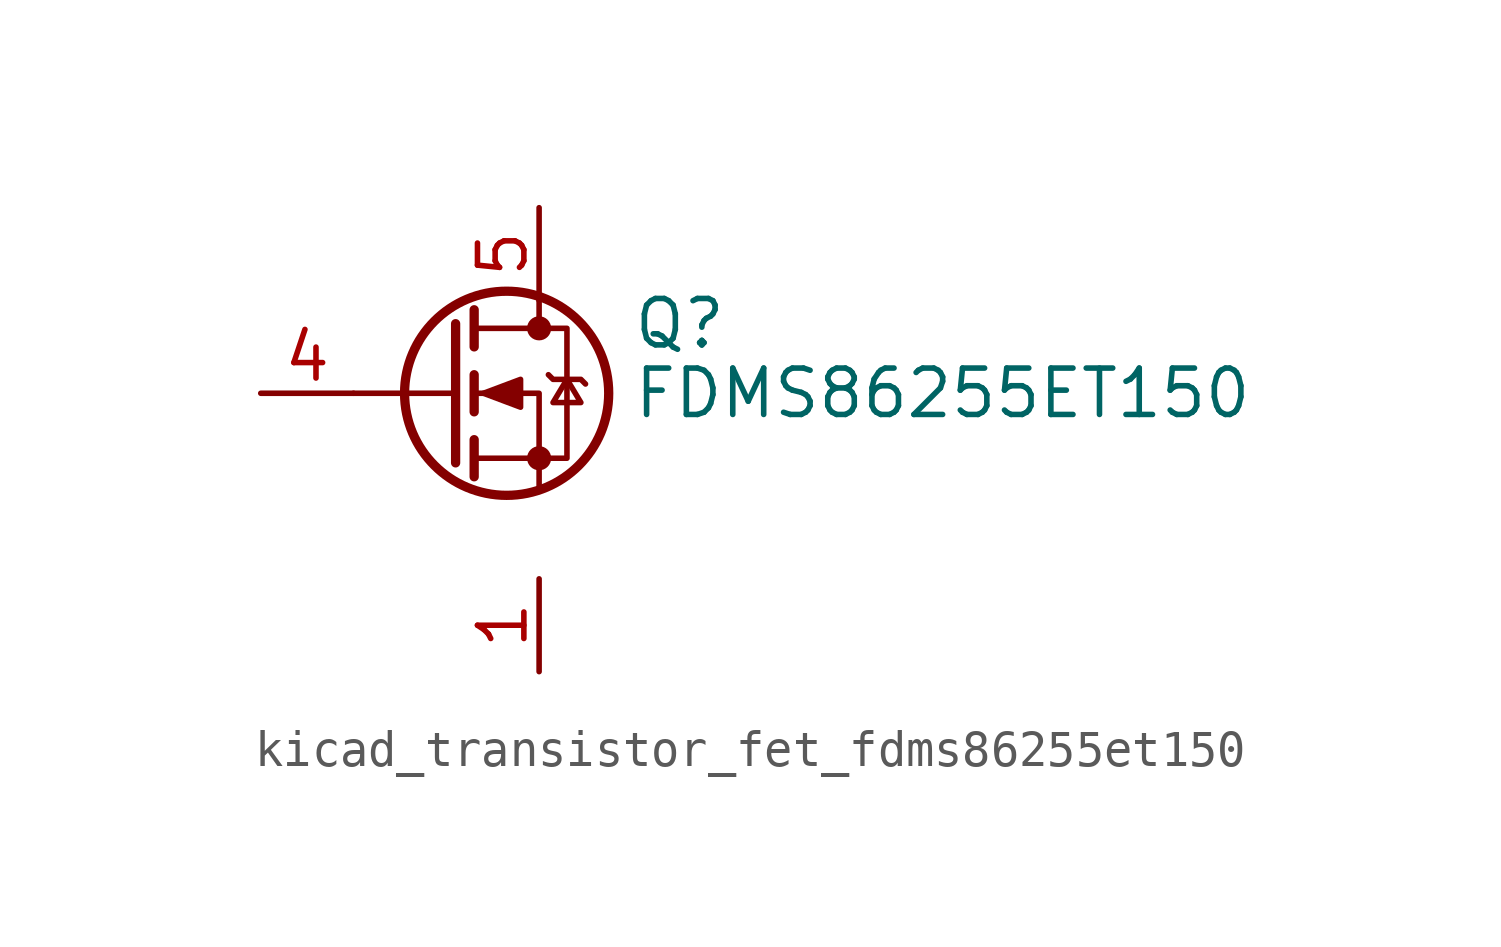
<source format=kicad_sym>
(kicad_symbol_lib
  (version 20220914)
  (generator kicad_symbol_editor)
  (symbol "kicad_transistor_fet_fdms86255et150"
    (pin_names hide)
    (property "Reference" "Q"
      (at 5.08 1.905 0)
      (effects (font (size 1.27 1.27)) (justify left)))
    (property "Value" "FDMS86255ET150"
      (at 5.08 0 0)
      (effects (font (size 1.27 1.27)) (justify left)))
    (symbol "kicad_transistor_fet_fdms86255et150_0_1"
      (polyline (pts (xy 0.254 0) (xy -2.54 0)) (stroke (width 0) (type default)) (fill (type none)))
      (polyline (pts (xy 0.254 1.905) (xy 0.254 -1.905)) (stroke (width 0.254) (type default)) (fill (type none)))
      (polyline (pts (xy 0.762 -1.27) (xy 0.762 -2.286)) (stroke (width 0.254) (type default)) (fill (type none)))
      (polyline (pts (xy 0.762 0.508) (xy 0.762 -0.508)) (stroke (width 0.254) (type default)) (fill (type none)))
      (polyline (pts (xy 0.762 2.286) (xy 0.762 1.27)) (stroke (width 0.254) (type default)) (fill (type none)))
      (polyline (pts (xy 2.54 2.54) (xy 2.54 1.778)) (stroke (width 0) (type default)) (fill (type none)))
      (polyline (pts (xy 2.54 -2.54) (xy 2.54 0) (xy 0.762 0)) (stroke (width 0) (type default)) (fill (type none)))
      (polyline (pts (xy 0.762 -1.778) (xy 3.302 -1.778) (xy 3.302 1.778) (xy 0.762 1.778)) (stroke (width 0) (type default)) (fill (type none)))
      (polyline (pts (xy 1.016 0) (xy 2.032 0.381) (xy 2.032 -0.381) (xy 1.016 0)) (stroke (width 0) (type default)) (fill (type outline)))
      (polyline (pts (xy 2.794 0.508) (xy 2.921 0.381) (xy 3.683 0.381) (xy 3.81 0.254)) (stroke (width 0) (type default)) (fill (type none)))
      (polyline (pts (xy 3.302 0.381) (xy 2.921 -0.254) (xy 3.683 -0.254) (xy 3.302 0.381)) (stroke (width 0) (type default)) (fill (type none)))
      (circle (center 1.651 0) (radius 2.794) (stroke (width 0.254) (type default)) (fill (type none)))
      (circle (center 2.54 -1.778) (radius 0.254) (stroke (width 0) (type default)) (fill (type outline)))
      (circle (center 2.54 1.778) (radius 0.254) (stroke (width 0) (type default)) (fill (type outline))))
    (symbol "kicad_transistor_fet_fdms86255et150_1_1"
      (pin passive line (at 2.54 -5.08 270) (length 2.54) (name "S" (effects (font (size 1.27 1.27)))) (number "1" (effects (font (size 1.27 1.27)))))
      (pin passive line (at 2.54 -5.08 270) (length 2.54) hide (name "S" (effects (font (size 1.27 1.27)))) (number "2" (effects (font (size 1.27 1.27)))))
      (pin passive line (at 2.54 -5.08 90) (length 2.54) hide (name "S" (effects (font (size 1.27 1.27)))) (number "3" (effects (font (size 1.27 1.27)))))
      (pin passive line (at -5.08 0 0) (length 2.54) (name "G" (effects (font (size 1.27 1.27)))) (number "4" (effects (font (size 1.27 1.27)))))
      (pin passive line (at 2.54 5.08 270) (length 2.54) (name "D" (effects (font (size 1.27 1.27)))) (number "5" (effects (font (size 1.27 1.27))))))))
</source>
